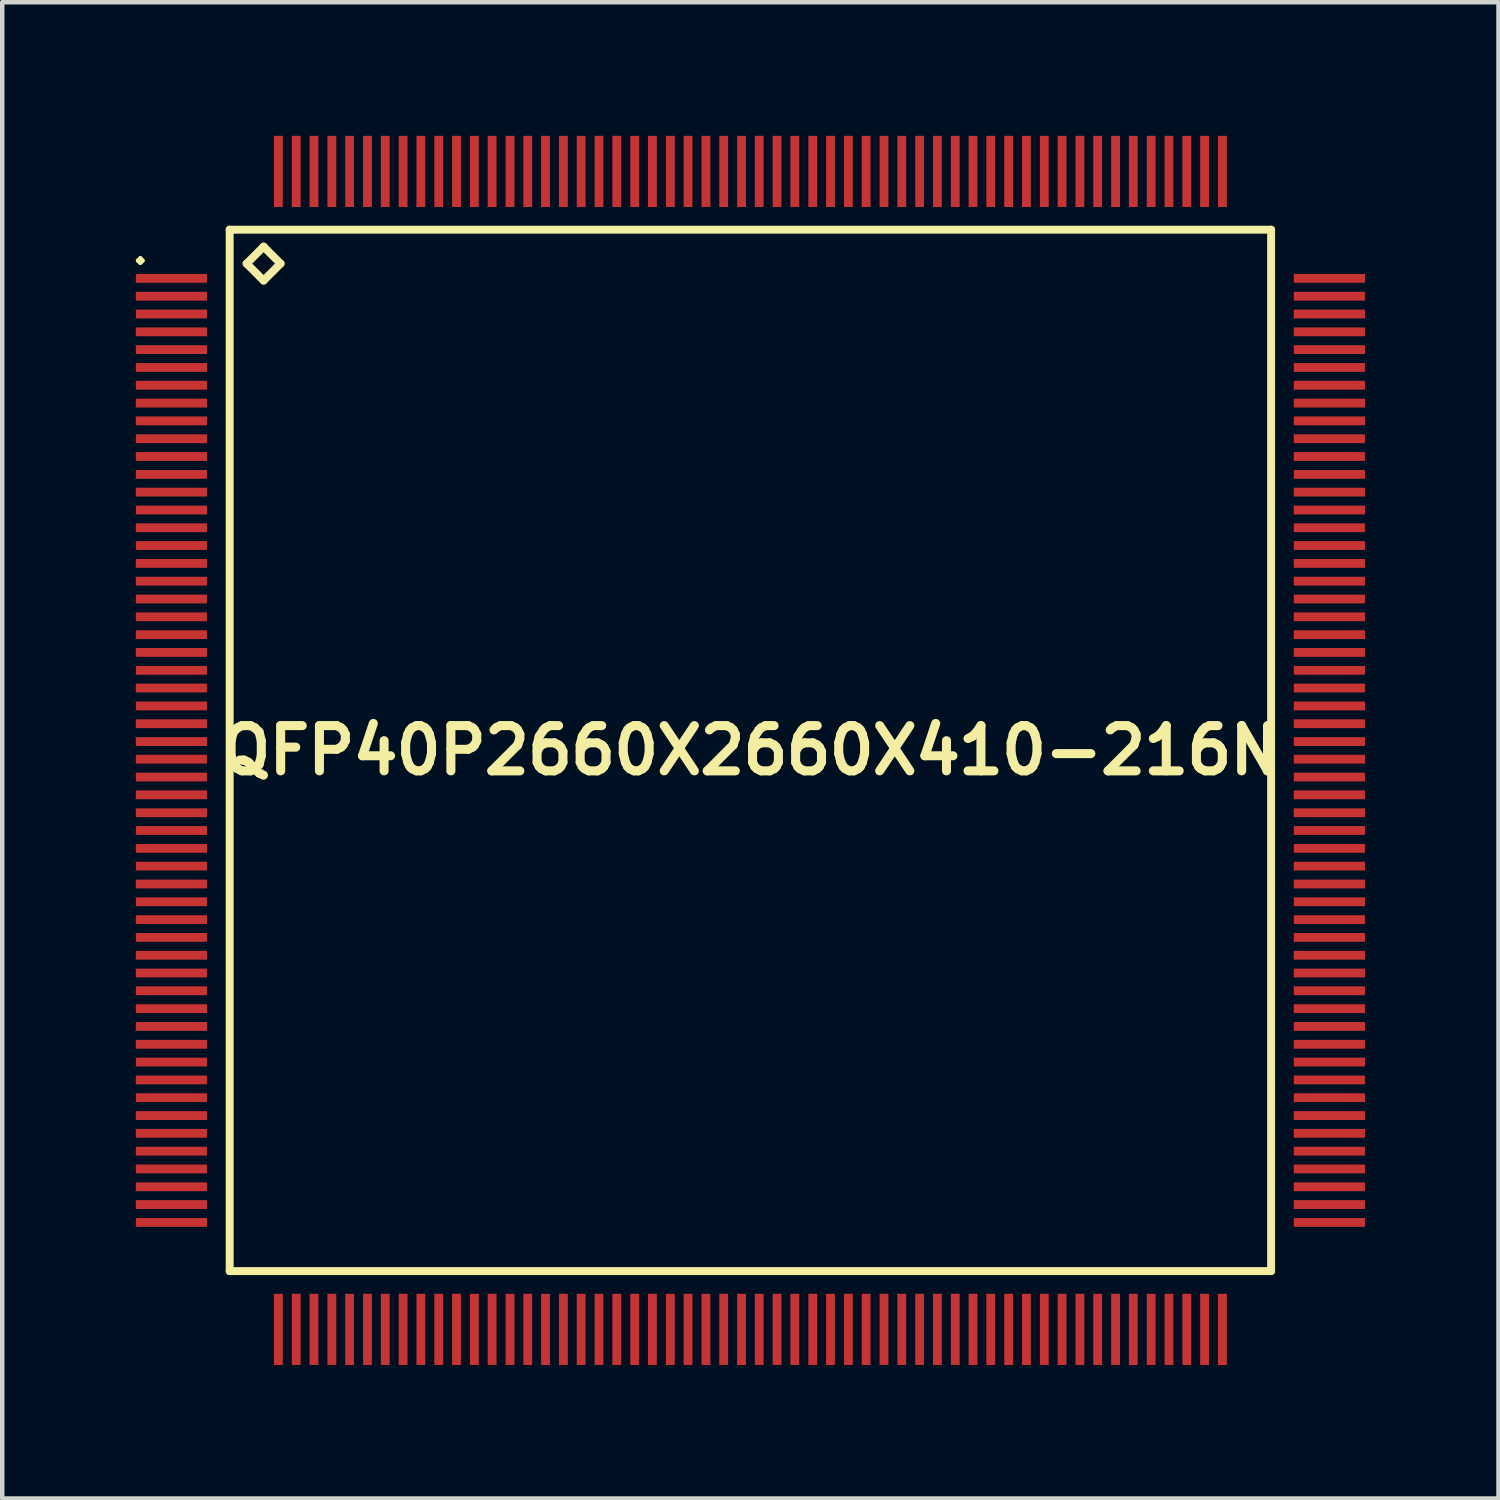
<source format=kicad_pcb>
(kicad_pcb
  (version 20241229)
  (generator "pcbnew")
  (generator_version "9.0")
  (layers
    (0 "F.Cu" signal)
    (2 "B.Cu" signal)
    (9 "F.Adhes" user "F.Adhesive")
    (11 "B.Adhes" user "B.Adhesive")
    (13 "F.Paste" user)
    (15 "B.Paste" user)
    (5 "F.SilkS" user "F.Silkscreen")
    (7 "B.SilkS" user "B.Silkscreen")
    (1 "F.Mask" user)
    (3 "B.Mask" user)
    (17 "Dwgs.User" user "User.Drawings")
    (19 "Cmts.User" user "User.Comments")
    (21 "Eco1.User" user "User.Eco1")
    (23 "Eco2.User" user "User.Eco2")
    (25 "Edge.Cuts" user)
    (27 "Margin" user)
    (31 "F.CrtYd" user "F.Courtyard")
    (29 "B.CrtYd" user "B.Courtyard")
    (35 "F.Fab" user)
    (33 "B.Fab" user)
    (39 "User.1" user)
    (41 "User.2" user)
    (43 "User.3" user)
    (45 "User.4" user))
  (footprint "QFP40P2660X2660X410-216N"
    (layer "F.Cu")
    (at 13.799 13.799)
    (property "Reference" "QFP40P2660X2660X410-216N" (at 0 0 0) (layer "F.SilkS") (effects (font (size 1.016 1.016) (thickness 0.203))))
    (attr smd)
    (fp_line (start -13.749 -10.998) (end -13.698 -11.049) (stroke (width 0.099) (type solid)) (layer "F.SilkS"))
    (fp_line (start -13.698 -11.049) (end -13.65 -10.998) (stroke (width 0.099) (type solid)) (layer "F.SilkS"))
    (fp_line (start -13.698 -10.95) (end -13.749 -10.998) (stroke (width 0.099) (type solid)) (layer "F.SilkS"))
    (fp_line (start -13.65 -10.998) (end -13.698 -10.95) (stroke (width 0.099) (type solid)) (layer "F.SilkS"))
    (fp_line (start -11.692 -11.692) (end -11.692 11.692) (stroke (width 0.178) (type solid)) (layer "F.SilkS"))
    (fp_line (start -11.692 11.692) (end 11.692 11.692) (stroke (width 0.178) (type solid)) (layer "F.SilkS"))
    (fp_line (start -11.311 -10.93) (end -10.93 -11.311) (stroke (width 0.178) (type solid)) (layer "F.SilkS"))
    (fp_line (start -10.93 -11.311) (end -10.549 -10.93) (stroke (width 0.178) (type solid)) (layer "F.SilkS"))
    (fp_line (start -10.93 -10.549) (end -11.311 -10.93) (stroke (width 0.178) (type solid)) (layer "F.SilkS"))
    (fp_line (start -10.549 -10.93) (end -10.93 -10.549) (stroke (width 0.178) (type solid)) (layer "F.SilkS"))
    (fp_line (start 11.692 -11.692) (end -11.692 -11.692) (stroke (width 0.178) (type solid)) (layer "F.SilkS"))
    (fp_line (start 11.692 11.692) (end 11.692 -11.692) (stroke (width 0.178) (type solid)) (layer "F.SilkS"))
    (pad "1" smd rect (at -13 -10.599) (size 1.598 0.198) (layers "F.Cu" "F.Mask" "F.Paste"))
    (pad "2" smd rect (at -13 -10.198) (size 1.598 0.198) (layers "F.Cu" "F.Mask" "F.Paste"))
    (pad "3" smd rect (at -13 -9.799) (size 1.598 0.198) (layers "F.Cu" "F.Mask" "F.Paste"))
    (pad "4" smd rect (at -13 -9.398) (size 1.598 0.198) (layers "F.Cu" "F.Mask" "F.Paste"))
    (pad "5" smd rect (at -13 -8.999) (size 1.598 0.198) (layers "F.Cu" "F.Mask" "F.Paste"))
    (pad "6" smd rect (at -13 -8.598) (size 1.598 0.198) (layers "F.Cu" "F.Mask" "F.Paste"))
    (pad "7" smd rect (at -13 -8.199) (size 1.598 0.198) (layers "F.Cu" "F.Mask" "F.Paste"))
    (pad "8" smd rect (at -13 -7.798) (size 1.598 0.198) (layers "F.Cu" "F.Mask" "F.Paste"))
    (pad "9" smd rect (at -13 -7.399) (size 1.598 0.198) (layers "F.Cu" "F.Mask" "F.Paste"))
    (pad "10" smd rect (at -13 -6.998) (size 1.598 0.198) (layers "F.Cu" "F.Mask" "F.Paste"))
    (pad "11" smd rect (at -13 -6.599) (size 1.598 0.198) (layers "F.Cu" "F.Mask" "F.Paste"))
    (pad "12" smd rect (at -13 -6.198) (size 1.598 0.198) (layers "F.Cu" "F.Mask" "F.Paste"))
    (pad "13" smd rect (at -13 -5.799) (size 1.598 0.198) (layers "F.Cu" "F.Mask" "F.Paste"))
    (pad "14" smd rect (at -13 -5.397) (size 1.598 0.198) (layers "F.Cu" "F.Mask" "F.Paste"))
    (pad "15" smd rect (at -13 -4.999) (size 1.598 0.198) (layers "F.Cu" "F.Mask" "F.Paste"))
    (pad "16" smd rect (at -13 -4.6) (size 1.598 0.198) (layers "F.Cu" "F.Mask" "F.Paste"))
    (pad "17" smd rect (at -13 -4.199) (size 1.598 0.198) (layers "F.Cu" "F.Mask" "F.Paste"))
    (pad "18" smd rect (at -13 -3.8) (size 1.598 0.198) (layers "F.Cu" "F.Mask" "F.Paste"))
    (pad "19" smd rect (at -13 -3.399) (size 1.598 0.198) (layers "F.Cu" "F.Mask" "F.Paste"))
    (pad "20" smd rect (at -13 -3) (size 1.598 0.198) (layers "F.Cu" "F.Mask" "F.Paste"))
    (pad "21" smd rect (at -13 -2.598) (size 1.598 0.198) (layers "F.Cu" "F.Mask" "F.Paste"))
    (pad "22" smd rect (at -13 -2.2) (size 1.598 0.198) (layers "F.Cu" "F.Mask" "F.Paste"))
    (pad "23" smd rect (at -13 -1.798) (size 1.598 0.198) (layers "F.Cu" "F.Mask" "F.Paste"))
    (pad "24" smd rect (at -13 -1.4) (size 1.598 0.198) (layers "F.Cu" "F.Mask" "F.Paste"))
    (pad "25" smd rect (at -13 -0.998) (size 1.598 0.198) (layers "F.Cu" "F.Mask" "F.Paste"))
    (pad "26" smd rect (at -13 -0.599) (size 1.598 0.198) (layers "F.Cu" "F.Mask" "F.Paste"))
    (pad "27" smd rect (at -13 -0.198) (size 1.598 0.198) (layers "F.Cu" "F.Mask" "F.Paste"))
    (pad "28" smd rect (at -13 0.198) (size 1.598 0.198) (layers "F.Cu" "F.Mask" "F.Paste"))
    (pad "29" smd rect (at -13 0.599) (size 1.598 0.198) (layers "F.Cu" "F.Mask" "F.Paste"))
    (pad "30" smd rect (at -13 0.998) (size 1.598 0.198) (layers "F.Cu" "F.Mask" "F.Paste"))
    (pad "31" smd rect (at -13 1.4) (size 1.598 0.198) (layers "F.Cu" "F.Mask" "F.Paste"))
    (pad "32" smd rect (at -13 1.798) (size 1.598 0.198) (layers "F.Cu" "F.Mask" "F.Paste"))
    (pad "33" smd rect (at -13 2.2) (size 1.598 0.198) (layers "F.Cu" "F.Mask" "F.Paste"))
    (pad "34" smd rect (at -13 2.598) (size 1.598 0.198) (layers "F.Cu" "F.Mask" "F.Paste"))
    (pad "35" smd rect (at -13 3) (size 1.598 0.198) (layers "F.Cu" "F.Mask" "F.Paste"))
    (pad "36" smd rect (at -13 3.399) (size 1.598 0.198) (layers "F.Cu" "F.Mask" "F.Paste"))
    (pad "37" smd rect (at -13 3.8) (size 1.598 0.198) (layers "F.Cu" "F.Mask" "F.Paste"))
    (pad "38" smd rect (at -13 4.199) (size 1.598 0.198) (layers "F.Cu" "F.Mask" "F.Paste"))
    (pad "39" smd rect (at -13 4.6) (size 1.598 0.198) (layers "F.Cu" "F.Mask" "F.Paste"))
    (pad "40" smd rect (at -13 4.999) (size 1.598 0.198) (layers "F.Cu" "F.Mask" "F.Paste"))
    (pad "41" smd rect (at -13 5.397) (size 1.598 0.198) (layers "F.Cu" "F.Mask" "F.Paste"))
    (pad "42" smd rect (at -13 5.799) (size 1.598 0.198) (layers "F.Cu" "F.Mask" "F.Paste"))
    (pad "43" smd rect (at -13 6.198) (size 1.598 0.198) (layers "F.Cu" "F.Mask" "F.Paste"))
    (pad "44" smd rect (at -13 6.599) (size 1.598 0.198) (layers "F.Cu" "F.Mask" "F.Paste"))
    (pad "45" smd rect (at -13 6.998) (size 1.598 0.198) (layers "F.Cu" "F.Mask" "F.Paste"))
    (pad "46" smd rect (at -13 7.399) (size 1.598 0.198) (layers "F.Cu" "F.Mask" "F.Paste"))
    (pad "47" smd rect (at -13 7.798) (size 1.598 0.198) (layers "F.Cu" "F.Mask" "F.Paste"))
    (pad "48" smd rect (at -13 8.199) (size 1.598 0.198) (layers "F.Cu" "F.Mask" "F.Paste"))
    (pad "49" smd rect (at -13 8.598) (size 1.598 0.198) (layers "F.Cu" "F.Mask" "F.Paste"))
    (pad "50" smd rect (at -13 8.999) (size 1.598 0.198) (layers "F.Cu" "F.Mask" "F.Paste"))
    (pad "51" smd rect (at -13 9.398) (size 1.598 0.198) (layers "F.Cu" "F.Mask" "F.Paste"))
    (pad "52" smd rect (at -13 9.799) (size 1.598 0.198) (layers "F.Cu" "F.Mask" "F.Paste"))
    (pad "53" smd rect (at -13 10.198) (size 1.598 0.198) (layers "F.Cu" "F.Mask" "F.Paste"))
    (pad "54" smd rect (at -13 10.599) (size 1.598 0.198) (layers "F.Cu" "F.Mask" "F.Paste"))
    (pad "55" smd rect (at -10.599 13) (size 0.198 1.598) (layers "F.Cu" "F.Mask" "F.Paste"))
    (pad "56" smd rect (at -10.198 13) (size 0.198 1.598) (layers "F.Cu" "F.Mask" "F.Paste"))
    (pad "57" smd rect (at -9.799 13) (size 0.198 1.598) (layers "F.Cu" "F.Mask" "F.Paste"))
    (pad "58" smd rect (at -9.398 13) (size 0.198 1.598) (layers "F.Cu" "F.Mask" "F.Paste"))
    (pad "59" smd rect (at -8.999 13) (size 0.198 1.598) (layers "F.Cu" "F.Mask" "F.Paste"))
    (pad "60" smd rect (at -8.598 13) (size 0.198 1.598) (layers "F.Cu" "F.Mask" "F.Paste"))
    (pad "61" smd rect (at -8.199 13) (size 0.198 1.598) (layers "F.Cu" "F.Mask" "F.Paste"))
    (pad "62" smd rect (at -7.798 13) (size 0.198 1.598) (layers "F.Cu" "F.Mask" "F.Paste"))
    (pad "63" smd rect (at -7.399 13) (size 0.198 1.598) (layers "F.Cu" "F.Mask" "F.Paste"))
    (pad "64" smd rect (at -6.998 13) (size 0.198 1.598) (layers "F.Cu" "F.Mask" "F.Paste"))
    (pad "65" smd rect (at -6.599 13) (size 0.198 1.598) (layers "F.Cu" "F.Mask" "F.Paste"))
    (pad "66" smd rect (at -6.198 13) (size 0.198 1.598) (layers "F.Cu" "F.Mask" "F.Paste"))
    (pad "67" smd rect (at -5.799 13) (size 0.198 1.598) (layers "F.Cu" "F.Mask" "F.Paste"))
    (pad "68" smd rect (at -5.397 13) (size 0.198 1.598) (layers "F.Cu" "F.Mask" "F.Paste"))
    (pad "69" smd rect (at -4.999 13) (size 0.198 1.598) (layers "F.Cu" "F.Mask" "F.Paste"))
    (pad "70" smd rect (at -4.6 13) (size 0.198 1.598) (layers "F.Cu" "F.Mask" "F.Paste"))
    (pad "71" smd rect (at -4.199 13) (size 0.198 1.598) (layers "F.Cu" "F.Mask" "F.Paste"))
    (pad "72" smd rect (at -3.8 13) (size 0.198 1.598) (layers "F.Cu" "F.Mask" "F.Paste"))
    (pad "73" smd rect (at -3.399 13) (size 0.198 1.598) (layers "F.Cu" "F.Mask" "F.Paste"))
    (pad "74" smd rect (at -3 13) (size 0.198 1.598) (layers "F.Cu" "F.Mask" "F.Paste"))
    (pad "75" smd rect (at -2.598 13) (size 0.198 1.598) (layers "F.Cu" "F.Mask" "F.Paste"))
    (pad "76" smd rect (at -2.2 13) (size 0.198 1.598) (layers "F.Cu" "F.Mask" "F.Paste"))
    (pad "77" smd rect (at -1.798 13) (size 0.198 1.598) (layers "F.Cu" "F.Mask" "F.Paste"))
    (pad "78" smd rect (at -1.4 13) (size 0.198 1.598) (layers "F.Cu" "F.Mask" "F.Paste"))
    (pad "79" smd rect (at -0.998 13) (size 0.198 1.598) (layers "F.Cu" "F.Mask" "F.Paste"))
    (pad "80" smd rect (at -0.599 13) (size 0.198 1.598) (layers "F.Cu" "F.Mask" "F.Paste"))
    (pad "81" smd rect (at -0.198 13) (size 0.198 1.598) (layers "F.Cu" "F.Mask" "F.Paste"))
    (pad "82" smd rect (at 0.198 13) (size 0.198 1.598) (layers "F.Cu" "F.Mask" "F.Paste"))
    (pad "83" smd rect (at 0.599 13) (size 0.198 1.598) (layers "F.Cu" "F.Mask" "F.Paste"))
    (pad "84" smd rect (at 0.998 13) (size 0.198 1.598) (layers "F.Cu" "F.Mask" "F.Paste"))
    (pad "85" smd rect (at 1.4 13) (size 0.198 1.598) (layers "F.Cu" "F.Mask" "F.Paste"))
    (pad "86" smd rect (at 1.798 13) (size 0.198 1.598) (layers "F.Cu" "F.Mask" "F.Paste"))
    (pad "87" smd rect (at 2.2 13) (size 0.198 1.598) (layers "F.Cu" "F.Mask" "F.Paste"))
    (pad "88" smd rect (at 2.598 13) (size 0.198 1.598) (layers "F.Cu" "F.Mask" "F.Paste"))
    (pad "89" smd rect (at 3 13) (size 0.198 1.598) (layers "F.Cu" "F.Mask" "F.Paste"))
    (pad "90" smd rect (at 3.399 13) (size 0.198 1.598) (layers "F.Cu" "F.Mask" "F.Paste"))
    (pad "91" smd rect (at 3.8 13) (size 0.198 1.598) (layers "F.Cu" "F.Mask" "F.Paste"))
    (pad "92" smd rect (at 4.199 13) (size 0.198 1.598) (layers "F.Cu" "F.Mask" "F.Paste"))
    (pad "93" smd rect (at 4.6 13) (size 0.198 1.598) (layers "F.Cu" "F.Mask" "F.Paste"))
    (pad "94" smd rect (at 4.999 13) (size 0.198 1.598) (layers "F.Cu" "F.Mask" "F.Paste"))
    (pad "95" smd rect (at 5.397 13) (size 0.198 1.598) (layers "F.Cu" "F.Mask" "F.Paste"))
    (pad "96" smd rect (at 5.799 13) (size 0.198 1.598) (layers "F.Cu" "F.Mask" "F.Paste"))
    (pad "97" smd rect (at 6.198 13) (size 0.198 1.598) (layers "F.Cu" "F.Mask" "F.Paste"))
    (pad "98" smd rect (at 6.599 13) (size 0.198 1.598) (layers "F.Cu" "F.Mask" "F.Paste"))
    (pad "99" smd rect (at 6.998 13) (size 0.198 1.598) (layers "F.Cu" "F.Mask" "F.Paste"))
    (pad "100" smd rect (at 7.399 13) (size 0.198 1.598) (layers "F.Cu" "F.Mask" "F.Paste"))
    (pad "101" smd rect (at 7.798 13) (size 0.198 1.598) (layers "F.Cu" "F.Mask" "F.Paste"))
    (pad "102" smd rect (at 8.199 13) (size 0.198 1.598) (layers "F.Cu" "F.Mask" "F.Paste"))
    (pad "103" smd rect (at 8.598 13) (size 0.198 1.598) (layers "F.Cu" "F.Mask" "F.Paste"))
    (pad "104" smd rect (at 8.999 13) (size 0.198 1.598) (layers "F.Cu" "F.Mask" "F.Paste"))
    (pad "105" smd rect (at 9.398 13) (size 0.198 1.598) (layers "F.Cu" "F.Mask" "F.Paste"))
    (pad "106" smd rect (at 9.799 13) (size 0.198 1.598) (layers "F.Cu" "F.Mask" "F.Paste"))
    (pad "107" smd rect (at 10.198 13) (size 0.198 1.598) (layers "F.Cu" "F.Mask" "F.Paste"))
    (pad "108" smd rect (at 10.599 13) (size 0.198 1.598) (layers "F.Cu" "F.Mask" "F.Paste"))
    (pad "109" smd rect (at 13 10.599) (size 1.598 0.198) (layers "F.Cu" "F.Mask" "F.Paste"))
    (pad "110" smd rect (at 13 10.198) (size 1.598 0.198) (layers "F.Cu" "F.Mask" "F.Paste"))
    (pad "111" smd rect (at 13 9.799) (size 1.598 0.198) (layers "F.Cu" "F.Mask" "F.Paste"))
    (pad "112" smd rect (at 13 9.398) (size 1.598 0.198) (layers "F.Cu" "F.Mask" "F.Paste"))
    (pad "113" smd rect (at 13 8.999) (size 1.598 0.198) (layers "F.Cu" "F.Mask" "F.Paste"))
    (pad "114" smd rect (at 13 8.598) (size 1.598 0.198) (layers "F.Cu" "F.Mask" "F.Paste"))
    (pad "115" smd rect (at 13 8.199) (size 1.598 0.198) (layers "F.Cu" "F.Mask" "F.Paste"))
    (pad "116" smd rect (at 13 7.798) (size 1.598 0.198) (layers "F.Cu" "F.Mask" "F.Paste"))
    (pad "117" smd rect (at 13 7.399) (size 1.598 0.198) (layers "F.Cu" "F.Mask" "F.Paste"))
    (pad "118" smd rect (at 13 6.998) (size 1.598 0.198) (layers "F.Cu" "F.Mask" "F.Paste"))
    (pad "119" smd rect (at 13 6.599) (size 1.598 0.198) (layers "F.Cu" "F.Mask" "F.Paste"))
    (pad "120" smd rect (at 13 6.198) (size 1.598 0.198) (layers "F.Cu" "F.Mask" "F.Paste"))
    (pad "121" smd rect (at 13 5.799) (size 1.598 0.198) (layers "F.Cu" "F.Mask" "F.Paste"))
    (pad "122" smd rect (at 13 5.397) (size 1.598 0.198) (layers "F.Cu" "F.Mask" "F.Paste"))
    (pad "123" smd rect (at 13 4.999) (size 1.598 0.198) (layers "F.Cu" "F.Mask" "F.Paste"))
    (pad "124" smd rect (at 13 4.6) (size 1.598 0.198) (layers "F.Cu" "F.Mask" "F.Paste"))
    (pad "125" smd rect (at 13 4.199) (size 1.598 0.198) (layers "F.Cu" "F.Mask" "F.Paste"))
    (pad "126" smd rect (at 13 3.8) (size 1.598 0.198) (layers "F.Cu" "F.Mask" "F.Paste"))
    (pad "127" smd rect (at 13 3.399) (size 1.598 0.198) (layers "F.Cu" "F.Mask" "F.Paste"))
    (pad "128" smd rect (at 13 3) (size 1.598 0.198) (layers "F.Cu" "F.Mask" "F.Paste"))
    (pad "129" smd rect (at 13 2.598) (size 1.598 0.198) (layers "F.Cu" "F.Mask" "F.Paste"))
    (pad "130" smd rect (at 13 2.2) (size 1.598 0.198) (layers "F.Cu" "F.Mask" "F.Paste"))
    (pad "131" smd rect (at 13 1.798) (size 1.598 0.198) (layers "F.Cu" "F.Mask" "F.Paste"))
    (pad "132" smd rect (at 13 1.4) (size 1.598 0.198) (layers "F.Cu" "F.Mask" "F.Paste"))
    (pad "133" smd rect (at 13 0.998) (size 1.598 0.198) (layers "F.Cu" "F.Mask" "F.Paste"))
    (pad "134" smd rect (at 13 0.599) (size 1.598 0.198) (layers "F.Cu" "F.Mask" "F.Paste"))
    (pad "135" smd rect (at 13 0.198) (size 1.598 0.198) (layers "F.Cu" "F.Mask" "F.Paste"))
    (pad "136" smd rect (at 13 -0.198) (size 1.598 0.198) (layers "F.Cu" "F.Mask" "F.Paste"))
    (pad "137" smd rect (at 13 -0.599) (size 1.598 0.198) (layers "F.Cu" "F.Mask" "F.Paste"))
    (pad "138" smd rect (at 13 -0.998) (size 1.598 0.198) (layers "F.Cu" "F.Mask" "F.Paste"))
    (pad "139" smd rect (at 13 -1.4) (size 1.598 0.198) (layers "F.Cu" "F.Mask" "F.Paste"))
    (pad "140" smd rect (at 13 -1.798) (size 1.598 0.198) (layers "F.Cu" "F.Mask" "F.Paste"))
    (pad "141" smd rect (at 13 -2.2) (size 1.598 0.198) (layers "F.Cu" "F.Mask" "F.Paste"))
    (pad "142" smd rect (at 13 -2.598) (size 1.598 0.198) (layers "F.Cu" "F.Mask" "F.Paste"))
    (pad "143" smd rect (at 13 -3) (size 1.598 0.198) (layers "F.Cu" "F.Mask" "F.Paste"))
    (pad "144" smd rect (at 13 -3.399) (size 1.598 0.198) (layers "F.Cu" "F.Mask" "F.Paste"))
    (pad "145" smd rect (at 13 -3.8) (size 1.598 0.198) (layers "F.Cu" "F.Mask" "F.Paste"))
    (pad "146" smd rect (at 13 -4.199) (size 1.598 0.198) (layers "F.Cu" "F.Mask" "F.Paste"))
    (pad "147" smd rect (at 13 -4.6) (size 1.598 0.198) (layers "F.Cu" "F.Mask" "F.Paste"))
    (pad "148" smd rect (at 13 -4.999) (size 1.598 0.198) (layers "F.Cu" "F.Mask" "F.Paste"))
    (pad "149" smd rect (at 13 -5.397) (size 1.598 0.198) (layers "F.Cu" "F.Mask" "F.Paste"))
    (pad "150" smd rect (at 13 -5.799) (size 1.598 0.198) (layers "F.Cu" "F.Mask" "F.Paste"))
    (pad "151" smd rect (at 13 -6.198) (size 1.598 0.198) (layers "F.Cu" "F.Mask" "F.Paste"))
    (pad "152" smd rect (at 13 -6.599) (size 1.598 0.198) (layers "F.Cu" "F.Mask" "F.Paste"))
    (pad "153" smd rect (at 13 -6.998) (size 1.598 0.198) (layers "F.Cu" "F.Mask" "F.Paste"))
    (pad "154" smd rect (at 13 -7.399) (size 1.598 0.198) (layers "F.Cu" "F.Mask" "F.Paste"))
    (pad "155" smd rect (at 13 -7.798) (size 1.598 0.198) (layers "F.Cu" "F.Mask" "F.Paste"))
    (pad "156" smd rect (at 13 -8.199) (size 1.598 0.198) (layers "F.Cu" "F.Mask" "F.Paste"))
    (pad "157" smd rect (at 13 -8.598) (size 1.598 0.198) (layers "F.Cu" "F.Mask" "F.Paste"))
    (pad "158" smd rect (at 13 -8.999) (size 1.598 0.198) (layers "F.Cu" "F.Mask" "F.Paste"))
    (pad "159" smd rect (at 13 -9.398) (size 1.598 0.198) (layers "F.Cu" "F.Mask" "F.Paste"))
    (pad "160" smd rect (at 13 -9.799) (size 1.598 0.198) (layers "F.Cu" "F.Mask" "F.Paste"))
    (pad "161" smd rect (at 13 -10.198) (size 1.598 0.198) (layers "F.Cu" "F.Mask" "F.Paste"))
    (pad "162" smd rect (at 13 -10.599) (size 1.598 0.198) (layers "F.Cu" "F.Mask" "F.Paste"))
    (pad "163" smd rect (at 10.599 -13) (size 0.198 1.598) (layers "F.Cu" "F.Mask" "F.Paste"))
    (pad "164" smd rect (at 10.198 -13) (size 0.198 1.598) (layers "F.Cu" "F.Mask" "F.Paste"))
    (pad "165" smd rect (at 9.799 -13) (size 0.198 1.598) (layers "F.Cu" "F.Mask" "F.Paste"))
    (pad "166" smd rect (at 9.398 -13) (size 0.198 1.598) (layers "F.Cu" "F.Mask" "F.Paste"))
    (pad "167" smd rect (at 8.999 -13) (size 0.198 1.598) (layers "F.Cu" "F.Mask" "F.Paste"))
    (pad "168" smd rect (at 8.598 -13) (size 0.198 1.598) (layers "F.Cu" "F.Mask" "F.Paste"))
    (pad "169" smd rect (at 8.199 -13) (size 0.198 1.598) (layers "F.Cu" "F.Mask" "F.Paste"))
    (pad "170" smd rect (at 7.798 -13) (size 0.198 1.598) (layers "F.Cu" "F.Mask" "F.Paste"))
    (pad "171" smd rect (at 7.399 -13) (size 0.198 1.598) (layers "F.Cu" "F.Mask" "F.Paste"))
    (pad "172" smd rect (at 6.998 -13) (size 0.198 1.598) (layers "F.Cu" "F.Mask" "F.Paste"))
    (pad "173" smd rect (at 6.599 -13) (size 0.198 1.598) (layers "F.Cu" "F.Mask" "F.Paste"))
    (pad "174" smd rect (at 6.198 -13) (size 0.198 1.598) (layers "F.Cu" "F.Mask" "F.Paste"))
    (pad "175" smd rect (at 5.799 -13) (size 0.198 1.598) (layers "F.Cu" "F.Mask" "F.Paste"))
    (pad "176" smd rect (at 5.397 -13) (size 0.198 1.598) (layers "F.Cu" "F.Mask" "F.Paste"))
    (pad "177" smd rect (at 4.999 -13) (size 0.198 1.598) (layers "F.Cu" "F.Mask" "F.Paste"))
    (pad "178" smd rect (at 4.6 -13) (size 0.198 1.598) (layers "F.Cu" "F.Mask" "F.Paste"))
    (pad "179" smd rect (at 4.199 -13) (size 0.198 1.598) (layers "F.Cu" "F.Mask" "F.Paste"))
    (pad "180" smd rect (at 3.8 -13) (size 0.198 1.598) (layers "F.Cu" "F.Mask" "F.Paste"))
    (pad "181" smd rect (at 3.399 -13) (size 0.198 1.598) (layers "F.Cu" "F.Mask" "F.Paste"))
    (pad "182" smd rect (at 3 -13) (size 0.198 1.598) (layers "F.Cu" "F.Mask" "F.Paste"))
    (pad "183" smd rect (at 2.598 -13) (size 0.198 1.598) (layers "F.Cu" "F.Mask" "F.Paste"))
    (pad "184" smd rect (at 2.2 -13) (size 0.198 1.598) (layers "F.Cu" "F.Mask" "F.Paste"))
    (pad "185" smd rect (at 1.798 -13) (size 0.198 1.598) (layers "F.Cu" "F.Mask" "F.Paste"))
    (pad "186" smd rect (at 1.4 -13) (size 0.198 1.598) (layers "F.Cu" "F.Mask" "F.Paste"))
    (pad "187" smd rect (at 0.998 -13) (size 0.198 1.598) (layers "F.Cu" "F.Mask" "F.Paste"))
    (pad "188" smd rect (at 0.599 -13) (size 0.198 1.598) (layers "F.Cu" "F.Mask" "F.Paste"))
    (pad "189" smd rect (at 0.198 -13) (size 0.198 1.598) (layers "F.Cu" "F.Mask" "F.Paste"))
    (pad "190" smd rect (at -0.198 -13) (size 0.198 1.598) (layers "F.Cu" "F.Mask" "F.Paste"))
    (pad "191" smd rect (at -0.599 -13) (size 0.198 1.598) (layers "F.Cu" "F.Mask" "F.Paste"))
    (pad "192" smd rect (at -0.998 -13) (size 0.198 1.598) (layers "F.Cu" "F.Mask" "F.Paste"))
    (pad "193" smd rect (at -1.4 -13) (size 0.198 1.598) (layers "F.Cu" "F.Mask" "F.Paste"))
    (pad "194" smd rect (at -1.798 -13) (size 0.198 1.598) (layers "F.Cu" "F.Mask" "F.Paste"))
    (pad "195" smd rect (at -2.2 -13) (size 0.198 1.598) (layers "F.Cu" "F.Mask" "F.Paste"))
    (pad "196" smd rect (at -2.598 -13) (size 0.198 1.598) (layers "F.Cu" "F.Mask" "F.Paste"))
    (pad "197" smd rect (at -3 -13) (size 0.198 1.598) (layers "F.Cu" "F.Mask" "F.Paste"))
    (pad "198" smd rect (at -3.399 -13) (size 0.198 1.598) (layers "F.Cu" "F.Mask" "F.Paste"))
    (pad "199" smd rect (at -3.8 -13) (size 0.198 1.598) (layers "F.Cu" "F.Mask" "F.Paste"))
    (pad "200" smd rect (at -4.199 -13) (size 0.198 1.598) (layers "F.Cu" "F.Mask" "F.Paste"))
    (pad "201" smd rect (at -4.6 -13) (size 0.198 1.598) (layers "F.Cu" "F.Mask" "F.Paste"))
    (pad "202" smd rect (at -4.999 -13) (size 0.198 1.598) (layers "F.Cu" "F.Mask" "F.Paste"))
    (pad "203" smd rect (at -5.397 -13) (size 0.198 1.598) (layers "F.Cu" "F.Mask" "F.Paste"))
    (pad "204" smd rect (at -5.799 -13) (size 0.198 1.598) (layers "F.Cu" "F.Mask" "F.Paste"))
    (pad "205" smd rect (at -6.198 -13) (size 0.198 1.598) (layers "F.Cu" "F.Mask" "F.Paste"))
    (pad "206" smd rect (at -6.599 -13) (size 0.198 1.598) (layers "F.Cu" "F.Mask" "F.Paste"))
    (pad "207" smd rect (at -6.998 -13) (size 0.198 1.598) (layers "F.Cu" "F.Mask" "F.Paste"))
    (pad "208" smd rect (at -7.399 -13) (size 0.198 1.598) (layers "F.Cu" "F.Mask" "F.Paste"))
    (pad "209" smd rect (at -7.798 -13) (size 0.198 1.598) (layers "F.Cu" "F.Mask" "F.Paste"))
    (pad "210" smd rect (at -8.199 -13) (size 0.198 1.598) (layers "F.Cu" "F.Mask" "F.Paste"))
    (pad "211" smd rect (at -8.598 -13) (size 0.198 1.598) (layers "F.Cu" "F.Mask" "F.Paste"))
    (pad "212" smd rect (at -8.999 -13) (size 0.198 1.598) (layers "F.Cu" "F.Mask" "F.Paste"))
    (pad "213" smd rect (at -9.398 -13) (size 0.198 1.598) (layers "F.Cu" "F.Mask" "F.Paste"))
    (pad "214" smd rect (at -9.799 -13) (size 0.198 1.598) (layers "F.Cu" "F.Mask" "F.Paste"))
    (pad "215" smd rect (at -10.198 -13) (size 0.198 1.598) (layers "F.Cu" "F.Mask" "F.Paste"))
    (pad "216" smd rect (at -10.599 -13) (size 0.198 1.598) (layers "F.Cu" "F.Mask" "F.Paste")))
  (gr_rect
    (start -3 -3)
    (end 30.597 30.597)
    (stroke (width 0.1) (type default))
    (fill no)
    (layer "Edge.Cuts")))
</source>
